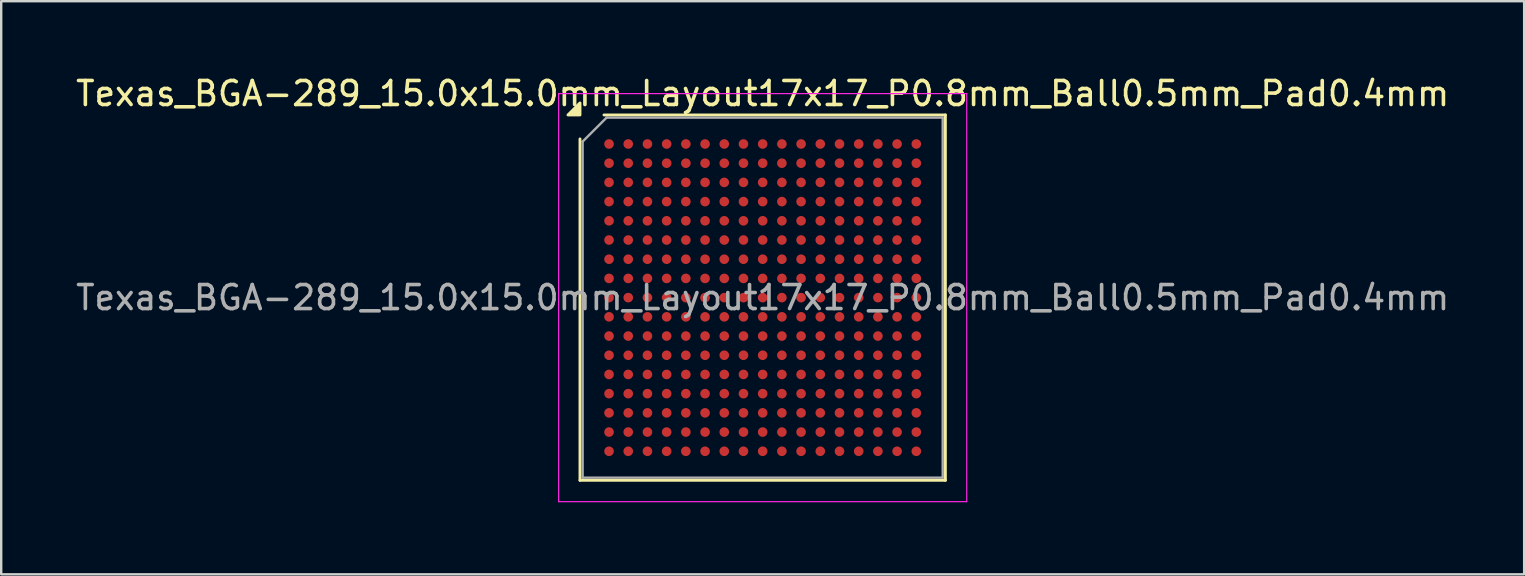
<source format=kicad_pcb>
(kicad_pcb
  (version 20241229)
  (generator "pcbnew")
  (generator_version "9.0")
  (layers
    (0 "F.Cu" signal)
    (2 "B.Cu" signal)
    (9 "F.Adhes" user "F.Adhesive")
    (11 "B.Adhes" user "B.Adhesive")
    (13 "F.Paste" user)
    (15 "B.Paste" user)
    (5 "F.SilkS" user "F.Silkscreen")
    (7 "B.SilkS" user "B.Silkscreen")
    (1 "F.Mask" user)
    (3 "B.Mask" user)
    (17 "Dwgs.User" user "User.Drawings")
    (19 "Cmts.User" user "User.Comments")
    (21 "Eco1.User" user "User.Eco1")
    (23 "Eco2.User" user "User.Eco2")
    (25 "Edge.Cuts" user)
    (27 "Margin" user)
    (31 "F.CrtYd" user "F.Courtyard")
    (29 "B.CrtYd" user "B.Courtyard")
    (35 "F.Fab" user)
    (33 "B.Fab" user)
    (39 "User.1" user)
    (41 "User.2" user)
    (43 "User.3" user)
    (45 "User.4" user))
  (footprint "Texas_BGA-289_15.0x15.0mm_Layout17x17_P0.8mm_Ball0.5mm_Pad0.4mm"
    (layer "F.Cu")
    (at 28.72 9.348)
    (property "Reference" "Texas_BGA-289_15.0x15.0mm_Layout17x17_P0.8mm_Ball0.5mm_Pad0.4mm" (at 0 -8.5 0) (layer "F.SilkS") (effects (font (size 1 1) (thickness 0.15))))
    (attr smd)
    (fp_line (start -7.61 7.61) (end -7.61 -6.61) (stroke (width 0.12) (type solid)) (layer "F.SilkS"))
    (fp_line (start -6.61 -7.61) (end 7.61 -7.61) (stroke (width 0.12) (type solid)) (layer "F.SilkS"))
    (fp_line (start 7.61 -7.61) (end 7.61 7.61) (stroke (width 0.12) (type solid)) (layer "F.SilkS"))
    (fp_line (start 7.61 7.61) (end -7.61 7.61) (stroke (width 0.12) (type solid)) (layer "F.SilkS"))
    (fp_poly (pts (xy -7.61 -7.61) (xy -8.11 -7.61) (xy -7.61 -8.11) (xy -7.61 -7.61)) (stroke (width 0.12) (type solid)) (fill yes) (layer "F.SilkS"))
    (fp_line (start -8.5 -8.5) (end -8.5 8.5) (stroke (width 0.05) (type solid)) (layer "F.CrtYd"))
    (fp_line (start -8.5 8.5) (end 8.5 8.5) (stroke (width 0.05) (type solid)) (layer "F.CrtYd"))
    (fp_line (start 8.5 -8.5) (end -8.5 -8.5) (stroke (width 0.05) (type solid)) (layer "F.CrtYd"))
    (fp_line (start 8.5 8.5) (end 8.5 -8.5) (stroke (width 0.05) (type solid)) (layer "F.CrtYd"))
    (fp_line (start -7.5 -6.5) (end -6.5 -7.5) (stroke (width 0.1) (type solid)) (layer "F.Fab"))
    (fp_line (start -7.5 7.5) (end -7.5 -6.5) (stroke (width 0.1) (type solid)) (layer "F.Fab"))
    (fp_line (start -6.5 -7.5) (end 7.5 -7.5) (stroke (width 0.1) (type solid)) (layer "F.Fab"))
    (fp_line (start 7.5 -7.5) (end 7.5 7.5) (stroke (width 0.1) (type solid)) (layer "F.Fab"))
    (fp_line (start 7.5 7.5) (end -7.5 7.5) (stroke (width 0.1) (type solid)) (layer "F.Fab"))
    (fp_text user "${REFERENCE}" (at 0 0 0) (layer "F.Fab") (effects (font (size 1 1) (thickness 0.15))))
    (pad "A1" smd circle (at -6.4 -6.4) (size 0.4 0.4) (property pad_prop_bga) (layers "F.Cu" "F.Mask" "F.Paste"))
    (pad "A2" smd circle (at -5.6 -6.4) (size 0.4 0.4) (property pad_prop_bga) (layers "F.Cu" "F.Mask" "F.Paste"))
    (pad "A3" smd circle (at -4.8 -6.4) (size 0.4 0.4) (property pad_prop_bga) (layers "F.Cu" "F.Mask" "F.Paste"))
    (pad "A4" smd circle (at -4 -6.4) (size 0.4 0.4) (property pad_prop_bga) (layers "F.Cu" "F.Mask" "F.Paste"))
    (pad "A5" smd circle (at -3.2 -6.4) (size 0.4 0.4) (property pad_prop_bga) (layers "F.Cu" "F.Mask" "F.Paste"))
    (pad "A6" smd circle (at -2.4 -6.4) (size 0.4 0.4) (property pad_prop_bga) (layers "F.Cu" "F.Mask" "F.Paste"))
    (pad "A7" smd circle (at -1.6 -6.4) (size 0.4 0.4) (property pad_prop_bga) (layers "F.Cu" "F.Mask" "F.Paste"))
    (pad "A8" smd circle (at -0.8 -6.4) (size 0.4 0.4) (property pad_prop_bga) (layers "F.Cu" "F.Mask" "F.Paste"))
    (pad "A9" smd circle (at 0 -6.4) (size 0.4 0.4) (property pad_prop_bga) (layers "F.Cu" "F.Mask" "F.Paste"))
    (pad "A10" smd circle (at 0.8 -6.4) (size 0.4 0.4) (property pad_prop_bga) (layers "F.Cu" "F.Mask" "F.Paste"))
    (pad "A11" smd circle (at 1.6 -6.4) (size 0.4 0.4) (property pad_prop_bga) (layers "F.Cu" "F.Mask" "F.Paste"))
    (pad "A12" smd circle (at 2.4 -6.4) (size 0.4 0.4) (property pad_prop_bga) (layers "F.Cu" "F.Mask" "F.Paste"))
    (pad "A13" smd circle (at 3.2 -6.4) (size 0.4 0.4) (property pad_prop_bga) (layers "F.Cu" "F.Mask" "F.Paste"))
    (pad "A14" smd circle (at 4 -6.4) (size 0.4 0.4) (property pad_prop_bga) (layers "F.Cu" "F.Mask" "F.Paste"))
    (pad "A15" smd circle (at 4.8 -6.4) (size 0.4 0.4) (property pad_prop_bga) (layers "F.Cu" "F.Mask" "F.Paste"))
    (pad "A16" smd circle (at 5.6 -6.4) (size 0.4 0.4) (property pad_prop_bga) (layers "F.Cu" "F.Mask" "F.Paste"))
    (pad "A17" smd circle (at 6.4 -6.4) (size 0.4 0.4) (property pad_prop_bga) (layers "F.Cu" "F.Mask" "F.Paste"))
    (pad "B1" smd circle (at -6.4 -5.6) (size 0.4 0.4) (property pad_prop_bga) (layers "F.Cu" "F.Mask" "F.Paste"))
    (pad "B2" smd circle (at -5.6 -5.6) (size 0.4 0.4) (property pad_prop_bga) (layers "F.Cu" "F.Mask" "F.Paste"))
    (pad "B3" smd circle (at -4.8 -5.6) (size 0.4 0.4) (property pad_prop_bga) (layers "F.Cu" "F.Mask" "F.Paste"))
    (pad "B4" smd circle (at -4 -5.6) (size 0.4 0.4) (property pad_prop_bga) (layers "F.Cu" "F.Mask" "F.Paste"))
    (pad "B5" smd circle (at -3.2 -5.6) (size 0.4 0.4) (property pad_prop_bga) (layers "F.Cu" "F.Mask" "F.Paste"))
    (pad "B6" smd circle (at -2.4 -5.6) (size 0.4 0.4) (property pad_prop_bga) (layers "F.Cu" "F.Mask" "F.Paste"))
    (pad "B7" smd circle (at -1.6 -5.6) (size 0.4 0.4) (property pad_prop_bga) (layers "F.Cu" "F.Mask" "F.Paste"))
    (pad "B8" smd circle (at -0.8 -5.6) (size 0.4 0.4) (property pad_prop_bga) (layers "F.Cu" "F.Mask" "F.Paste"))
    (pad "B9" smd circle (at 0 -5.6) (size 0.4 0.4) (property pad_prop_bga) (layers "F.Cu" "F.Mask" "F.Paste"))
    (pad "B10" smd circle (at 0.8 -5.6) (size 0.4 0.4) (property pad_prop_bga) (layers "F.Cu" "F.Mask" "F.Paste"))
    (pad "B11" smd circle (at 1.6 -5.6) (size 0.4 0.4) (property pad_prop_bga) (layers "F.Cu" "F.Mask" "F.Paste"))
    (pad "B12" smd circle (at 2.4 -5.6) (size 0.4 0.4) (property pad_prop_bga) (layers "F.Cu" "F.Mask" "F.Paste"))
    (pad "B13" smd circle (at 3.2 -5.6) (size 0.4 0.4) (property pad_prop_bga) (layers "F.Cu" "F.Mask" "F.Paste"))
    (pad "B14" smd circle (at 4 -5.6) (size 0.4 0.4) (property pad_prop_bga) (layers "F.Cu" "F.Mask" "F.Paste"))
    (pad "B15" smd circle (at 4.8 -5.6) (size 0.4 0.4) (property pad_prop_bga) (layers "F.Cu" "F.Mask" "F.Paste"))
    (pad "B16" smd circle (at 5.6 -5.6) (size 0.4 0.4) (property pad_prop_bga) (layers "F.Cu" "F.Mask" "F.Paste"))
    (pad "B17" smd circle (at 6.4 -5.6) (size 0.4 0.4) (property pad_prop_bga) (layers "F.Cu" "F.Mask" "F.Paste"))
    (pad "C1" smd circle (at -6.4 -4.8) (size 0.4 0.4) (property pad_prop_bga) (layers "F.Cu" "F.Mask" "F.Paste"))
    (pad "C2" smd circle (at -5.6 -4.8) (size 0.4 0.4) (property pad_prop_bga) (layers "F.Cu" "F.Mask" "F.Paste"))
    (pad "C3" smd circle (at -4.8 -4.8) (size 0.4 0.4) (property pad_prop_bga) (layers "F.Cu" "F.Mask" "F.Paste"))
    (pad "C4" smd circle (at -4 -4.8) (size 0.4 0.4) (property pad_prop_bga) (layers "F.Cu" "F.Mask" "F.Paste"))
    (pad "C5" smd circle (at -3.2 -4.8) (size 0.4 0.4) (property pad_prop_bga) (layers "F.Cu" "F.Mask" "F.Paste"))
    (pad "C6" smd circle (at -2.4 -4.8) (size 0.4 0.4) (property pad_prop_bga) (layers "F.Cu" "F.Mask" "F.Paste"))
    (pad "C7" smd circle (at -1.6 -4.8) (size 0.4 0.4) (property pad_prop_bga) (layers "F.Cu" "F.Mask" "F.Paste"))
    (pad "C8" smd circle (at -0.8 -4.8) (size 0.4 0.4) (property pad_prop_bga) (layers "F.Cu" "F.Mask" "F.Paste"))
    (pad "C9" smd circle (at 0 -4.8) (size 0.4 0.4) (property pad_prop_bga) (layers "F.Cu" "F.Mask" "F.Paste"))
    (pad "C10" smd circle (at 0.8 -4.8) (size 0.4 0.4) (property pad_prop_bga) (layers "F.Cu" "F.Mask" "F.Paste"))
    (pad "C11" smd circle (at 1.6 -4.8) (size 0.4 0.4) (property pad_prop_bga) (layers "F.Cu" "F.Mask" "F.Paste"))
    (pad "C12" smd circle (at 2.4 -4.8) (size 0.4 0.4) (property pad_prop_bga) (layers "F.Cu" "F.Mask" "F.Paste"))
    (pad "C13" smd circle (at 3.2 -4.8) (size 0.4 0.4) (property pad_prop_bga) (layers "F.Cu" "F.Mask" "F.Paste"))
    (pad "C14" smd circle (at 4 -4.8) (size 0.4 0.4) (property pad_prop_bga) (layers "F.Cu" "F.Mask" "F.Paste"))
    (pad "C15" smd circle (at 4.8 -4.8) (size 0.4 0.4) (property pad_prop_bga) (layers "F.Cu" "F.Mask" "F.Paste"))
    (pad "C16" smd circle (at 5.6 -4.8) (size 0.4 0.4) (property pad_prop_bga) (layers "F.Cu" "F.Mask" "F.Paste"))
    (pad "C17" smd circle (at 6.4 -4.8) (size 0.4 0.4) (property pad_prop_bga) (layers "F.Cu" "F.Mask" "F.Paste"))
    (pad "D1" smd circle (at -6.4 -4) (size 0.4 0.4) (property pad_prop_bga) (layers "F.Cu" "F.Mask" "F.Paste"))
    (pad "D2" smd circle (at -5.6 -4) (size 0.4 0.4) (property pad_prop_bga) (layers "F.Cu" "F.Mask" "F.Paste"))
    (pad "D3" smd circle (at -4.8 -4) (size 0.4 0.4) (property pad_prop_bga) (layers "F.Cu" "F.Mask" "F.Paste"))
    (pad "D4" smd circle (at -4 -4) (size 0.4 0.4) (property pad_prop_bga) (layers "F.Cu" "F.Mask" "F.Paste"))
    (pad "D5" smd circle (at -3.2 -4) (size 0.4 0.4) (property pad_prop_bga) (layers "F.Cu" "F.Mask" "F.Paste"))
    (pad "D6" smd circle (at -2.4 -4) (size 0.4 0.4) (property pad_prop_bga) (layers "F.Cu" "F.Mask" "F.Paste"))
    (pad "D7" smd circle (at -1.6 -4) (size 0.4 0.4) (property pad_prop_bga) (layers "F.Cu" "F.Mask" "F.Paste"))
    (pad "D8" smd circle (at -0.8 -4) (size 0.4 0.4) (property pad_prop_bga) (layers "F.Cu" "F.Mask" "F.Paste"))
    (pad "D9" smd circle (at 0 -4) (size 0.4 0.4) (property pad_prop_bga) (layers "F.Cu" "F.Mask" "F.Paste"))
    (pad "D10" smd circle (at 0.8 -4) (size 0.4 0.4) (property pad_prop_bga) (layers "F.Cu" "F.Mask" "F.Paste"))
    (pad "D11" smd circle (at 1.6 -4) (size 0.4 0.4) (property pad_prop_bga) (layers "F.Cu" "F.Mask" "F.Paste"))
    (pad "D12" smd circle (at 2.4 -4) (size 0.4 0.4) (property pad_prop_bga) (layers "F.Cu" "F.Mask" "F.Paste"))
    (pad "D13" smd circle (at 3.2 -4) (size 0.4 0.4) (property pad_prop_bga) (layers "F.Cu" "F.Mask" "F.Paste"))
    (pad "D14" smd circle (at 4 -4) (size 0.4 0.4) (property pad_prop_bga) (layers "F.Cu" "F.Mask" "F.Paste"))
    (pad "D15" smd circle (at 4.8 -4) (size 0.4 0.4) (property pad_prop_bga) (layers "F.Cu" "F.Mask" "F.Paste"))
    (pad "D16" smd circle (at 5.6 -4) (size 0.4 0.4) (property pad_prop_bga) (layers "F.Cu" "F.Mask" "F.Paste"))
    (pad "D17" smd circle (at 6.4 -4) (size 0.4 0.4) (property pad_prop_bga) (layers "F.Cu" "F.Mask" "F.Paste"))
    (pad "E1" smd circle (at -6.4 -3.2) (size 0.4 0.4) (property pad_prop_bga) (layers "F.Cu" "F.Mask" "F.Paste"))
    (pad "E2" smd circle (at -5.6 -3.2) (size 0.4 0.4) (property pad_prop_bga) (layers "F.Cu" "F.Mask" "F.Paste"))
    (pad "E3" smd circle (at -4.8 -3.2) (size 0.4 0.4) (property pad_prop_bga) (layers "F.Cu" "F.Mask" "F.Paste"))
    (pad "E4" smd circle (at -4 -3.2) (size 0.4 0.4) (property pad_prop_bga) (layers "F.Cu" "F.Mask" "F.Paste"))
    (pad "E5" smd circle (at -3.2 -3.2) (size 0.4 0.4) (property pad_prop_bga) (layers "F.Cu" "F.Mask" "F.Paste"))
    (pad "E6" smd circle (at -2.4 -3.2) (size 0.4 0.4) (property pad_prop_bga) (layers "F.Cu" "F.Mask" "F.Paste"))
    (pad "E7" smd circle (at -1.6 -3.2) (size 0.4 0.4) (property pad_prop_bga) (layers "F.Cu" "F.Mask" "F.Paste"))
    (pad "E8" smd circle (at -0.8 -3.2) (size 0.4 0.4) (property pad_prop_bga) (layers "F.Cu" "F.Mask" "F.Paste"))
    (pad "E9" smd circle (at 0 -3.2) (size 0.4 0.4) (property pad_prop_bga) (layers "F.Cu" "F.Mask" "F.Paste"))
    (pad "E10" smd circle (at 0.8 -3.2) (size 0.4 0.4) (property pad_prop_bga) (layers "F.Cu" "F.Mask" "F.Paste"))
    (pad "E11" smd circle (at 1.6 -3.2) (size 0.4 0.4) (property pad_prop_bga) (layers "F.Cu" "F.Mask" "F.Paste"))
    (pad "E12" smd circle (at 2.4 -3.2) (size 0.4 0.4) (property pad_prop_bga) (layers "F.Cu" "F.Mask" "F.Paste"))
    (pad "E13" smd circle (at 3.2 -3.2) (size 0.4 0.4) (property pad_prop_bga) (layers "F.Cu" "F.Mask" "F.Paste"))
    (pad "E14" smd circle (at 4 -3.2) (size 0.4 0.4) (property pad_prop_bga) (layers "F.Cu" "F.Mask" "F.Paste"))
    (pad "E15" smd circle (at 4.8 -3.2) (size 0.4 0.4) (property pad_prop_bga) (layers "F.Cu" "F.Mask" "F.Paste"))
    (pad "E16" smd circle (at 5.6 -3.2) (size 0.4 0.4) (property pad_prop_bga) (layers "F.Cu" "F.Mask" "F.Paste"))
    (pad "E17" smd circle (at 6.4 -3.2) (size 0.4 0.4) (property pad_prop_bga) (layers "F.Cu" "F.Mask" "F.Paste"))
    (pad "F1" smd circle (at -6.4 -2.4) (size 0.4 0.4) (property pad_prop_bga) (layers "F.Cu" "F.Mask" "F.Paste"))
    (pad "F2" smd circle (at -5.6 -2.4) (size 0.4 0.4) (property pad_prop_bga) (layers "F.Cu" "F.Mask" "F.Paste"))
    (pad "F3" smd circle (at -4.8 -2.4) (size 0.4 0.4) (property pad_prop_bga) (layers "F.Cu" "F.Mask" "F.Paste"))
    (pad "F4" smd circle (at -4 -2.4) (size 0.4 0.4) (property pad_prop_bga) (layers "F.Cu" "F.Mask" "F.Paste"))
    (pad "F5" smd circle (at -3.2 -2.4) (size 0.4 0.4) (property pad_prop_bga) (layers "F.Cu" "F.Mask" "F.Paste"))
    (pad "F6" smd circle (at -2.4 -2.4) (size 0.4 0.4) (property pad_prop_bga) (layers "F.Cu" "F.Mask" "F.Paste"))
    (pad "F7" smd circle (at -1.6 -2.4) (size 0.4 0.4) (property pad_prop_bga) (layers "F.Cu" "F.Mask" "F.Paste"))
    (pad "F8" smd circle (at -0.8 -2.4) (size 0.4 0.4) (property pad_prop_bga) (layers "F.Cu" "F.Mask" "F.Paste"))
    (pad "F9" smd circle (at 0 -2.4) (size 0.4 0.4) (property pad_prop_bga) (layers "F.Cu" "F.Mask" "F.Paste"))
    (pad "F10" smd circle (at 0.8 -2.4) (size 0.4 0.4) (property pad_prop_bga) (layers "F.Cu" "F.Mask" "F.Paste"))
    (pad "F11" smd circle (at 1.6 -2.4) (size 0.4 0.4) (property pad_prop_bga) (layers "F.Cu" "F.Mask" "F.Paste"))
    (pad "F12" smd circle (at 2.4 -2.4) (size 0.4 0.4) (property pad_prop_bga) (layers "F.Cu" "F.Mask" "F.Paste"))
    (pad "F13" smd circle (at 3.2 -2.4) (size 0.4 0.4) (property pad_prop_bga) (layers "F.Cu" "F.Mask" "F.Paste"))
    (pad "F14" smd circle (at 4 -2.4) (size 0.4 0.4) (property pad_prop_bga) (layers "F.Cu" "F.Mask" "F.Paste"))
    (pad "F15" smd circle (at 4.8 -2.4) (size 0.4 0.4) (property pad_prop_bga) (layers "F.Cu" "F.Mask" "F.Paste"))
    (pad "F16" smd circle (at 5.6 -2.4) (size 0.4 0.4) (property pad_prop_bga) (layers "F.Cu" "F.Mask" "F.Paste"))
    (pad "F17" smd circle (at 6.4 -2.4) (size 0.4 0.4) (property pad_prop_bga) (layers "F.Cu" "F.Mask" "F.Paste"))
    (pad "G1" smd circle (at -6.4 -1.6) (size 0.4 0.4) (property pad_prop_bga) (layers "F.Cu" "F.Mask" "F.Paste"))
    (pad "G2" smd circle (at -5.6 -1.6) (size 0.4 0.4) (property pad_prop_bga) (layers "F.Cu" "F.Mask" "F.Paste"))
    (pad "G3" smd circle (at -4.8 -1.6) (size 0.4 0.4) (property pad_prop_bga) (layers "F.Cu" "F.Mask" "F.Paste"))
    (pad "G4" smd circle (at -4 -1.6) (size 0.4 0.4) (property pad_prop_bga) (layers "F.Cu" "F.Mask" "F.Paste"))
    (pad "G5" smd circle (at -3.2 -1.6) (size 0.4 0.4) (property pad_prop_bga) (layers "F.Cu" "F.Mask" "F.Paste"))
    (pad "G6" smd circle (at -2.4 -1.6) (size 0.4 0.4) (property pad_prop_bga) (layers "F.Cu" "F.Mask" "F.Paste"))
    (pad "G7" smd circle (at -1.6 -1.6) (size 0.4 0.4) (property pad_prop_bga) (layers "F.Cu" "F.Mask" "F.Paste"))
    (pad "G8" smd circle (at -0.8 -1.6) (size 0.4 0.4) (property pad_prop_bga) (layers "F.Cu" "F.Mask" "F.Paste"))
    (pad "G9" smd circle (at 0 -1.6) (size 0.4 0.4) (property pad_prop_bga) (layers "F.Cu" "F.Mask" "F.Paste"))
    (pad "G10" smd circle (at 0.8 -1.6) (size 0.4 0.4) (property pad_prop_bga) (layers "F.Cu" "F.Mask" "F.Paste"))
    (pad "G11" smd circle (at 1.6 -1.6) (size 0.4 0.4) (property pad_prop_bga) (layers "F.Cu" "F.Mask" "F.Paste"))
    (pad "G12" smd circle (at 2.4 -1.6) (size 0.4 0.4) (property pad_prop_bga) (layers "F.Cu" "F.Mask" "F.Paste"))
    (pad "G13" smd circle (at 3.2 -1.6) (size 0.4 0.4) (property pad_prop_bga) (layers "F.Cu" "F.Mask" "F.Paste"))
    (pad "G14" smd circle (at 4 -1.6) (size 0.4 0.4) (property pad_prop_bga) (layers "F.Cu" "F.Mask" "F.Paste"))
    (pad "G15" smd circle (at 4.8 -1.6) (size 0.4 0.4) (property pad_prop_bga) (layers "F.Cu" "F.Mask" "F.Paste"))
    (pad "G16" smd circle (at 5.6 -1.6) (size 0.4 0.4) (property pad_prop_bga) (layers "F.Cu" "F.Mask" "F.Paste"))
    (pad "G17" smd circle (at 6.4 -1.6) (size 0.4 0.4) (property pad_prop_bga) (layers "F.Cu" "F.Mask" "F.Paste"))
    (pad "H1" smd circle (at -6.4 -0.8) (size 0.4 0.4) (property pad_prop_bga) (layers "F.Cu" "F.Mask" "F.Paste"))
    (pad "H2" smd circle (at -5.6 -0.8) (size 0.4 0.4) (property pad_prop_bga) (layers "F.Cu" "F.Mask" "F.Paste"))
    (pad "H3" smd circle (at -4.8 -0.8) (size 0.4 0.4) (property pad_prop_bga) (layers "F.Cu" "F.Mask" "F.Paste"))
    (pad "H4" smd circle (at -4 -0.8) (size 0.4 0.4) (property pad_prop_bga) (layers "F.Cu" "F.Mask" "F.Paste"))
    (pad "H5" smd circle (at -3.2 -0.8) (size 0.4 0.4) (property pad_prop_bga) (layers "F.Cu" "F.Mask" "F.Paste"))
    (pad "H6" smd circle (at -2.4 -0.8) (size 0.4 0.4) (property pad_prop_bga) (layers "F.Cu" "F.Mask" "F.Paste"))
    (pad "H7" smd circle (at -1.6 -0.8) (size 0.4 0.4) (property pad_prop_bga) (layers "F.Cu" "F.Mask" "F.Paste"))
    (pad "H8" smd circle (at -0.8 -0.8) (size 0.4 0.4) (property pad_prop_bga) (layers "F.Cu" "F.Mask" "F.Paste"))
    (pad "H9" smd circle (at 0 -0.8) (size 0.4 0.4) (property pad_prop_bga) (layers "F.Cu" "F.Mask" "F.Paste"))
    (pad "H10" smd circle (at 0.8 -0.8) (size 0.4 0.4) (property pad_prop_bga) (layers "F.Cu" "F.Mask" "F.Paste"))
    (pad "H11" smd circle (at 1.6 -0.8) (size 0.4 0.4) (property pad_prop_bga) (layers "F.Cu" "F.Mask" "F.Paste"))
    (pad "H12" smd circle (at 2.4 -0.8) (size 0.4 0.4) (property pad_prop_bga) (layers "F.Cu" "F.Mask" "F.Paste"))
    (pad "H13" smd circle (at 3.2 -0.8) (size 0.4 0.4) (property pad_prop_bga) (layers "F.Cu" "F.Mask" "F.Paste"))
    (pad "H14" smd circle (at 4 -0.8) (size 0.4 0.4) (property pad_prop_bga) (layers "F.Cu" "F.Mask" "F.Paste"))
    (pad "H15" smd circle (at 4.8 -0.8) (size 0.4 0.4) (property pad_prop_bga) (layers "F.Cu" "F.Mask" "F.Paste"))
    (pad "H16" smd circle (at 5.6 -0.8) (size 0.4 0.4) (property pad_prop_bga) (layers "F.Cu" "F.Mask" "F.Paste"))
    (pad "H17" smd circle (at 6.4 -0.8) (size 0.4 0.4) (property pad_prop_bga) (layers "F.Cu" "F.Mask" "F.Paste"))
    (pad "J1" smd circle (at -6.4 0) (size 0.4 0.4) (property pad_prop_bga) (layers "F.Cu" "F.Mask" "F.Paste"))
    (pad "J2" smd circle (at -5.6 0) (size 0.4 0.4) (property pad_prop_bga) (layers "F.Cu" "F.Mask" "F.Paste"))
    (pad "J3" smd circle (at -4.8 0) (size 0.4 0.4) (property pad_prop_bga) (layers "F.Cu" "F.Mask" "F.Paste"))
    (pad "J4" smd circle (at -4 0) (size 0.4 0.4) (property pad_prop_bga) (layers "F.Cu" "F.Mask" "F.Paste"))
    (pad "J5" smd circle (at -3.2 0) (size 0.4 0.4) (property pad_prop_bga) (layers "F.Cu" "F.Mask" "F.Paste"))
    (pad "J6" smd circle (at -2.4 0) (size 0.4 0.4) (property pad_prop_bga) (layers "F.Cu" "F.Mask" "F.Paste"))
    (pad "J7" smd circle (at -1.6 0) (size 0.4 0.4) (property pad_prop_bga) (layers "F.Cu" "F.Mask" "F.Paste"))
    (pad "J8" smd circle (at -0.8 0) (size 0.4 0.4) (property pad_prop_bga) (layers "F.Cu" "F.Mask" "F.Paste"))
    (pad "J9" smd circle (at 0 0) (size 0.4 0.4) (property pad_prop_bga) (layers "F.Cu" "F.Mask" "F.Paste"))
    (pad "J10" smd circle (at 0.8 0) (size 0.4 0.4) (property pad_prop_bga) (layers "F.Cu" "F.Mask" "F.Paste"))
    (pad "J11" smd circle (at 1.6 0) (size 0.4 0.4) (property pad_prop_bga) (layers "F.Cu" "F.Mask" "F.Paste"))
    (pad "J12" smd circle (at 2.4 0) (size 0.4 0.4) (property pad_prop_bga) (layers "F.Cu" "F.Mask" "F.Paste"))
    (pad "J13" smd circle (at 3.2 0) (size 0.4 0.4) (property pad_prop_bga) (layers "F.Cu" "F.Mask" "F.Paste"))
    (pad "J14" smd circle (at 4 0) (size 0.4 0.4) (property pad_prop_bga) (layers "F.Cu" "F.Mask" "F.Paste"))
    (pad "J15" smd circle (at 4.8 0) (size 0.4 0.4) (property pad_prop_bga) (layers "F.Cu" "F.Mask" "F.Paste"))
    (pad "J16" smd circle (at 5.6 0) (size 0.4 0.4) (property pad_prop_bga) (layers "F.Cu" "F.Mask" "F.Paste"))
    (pad "J17" smd circle (at 6.4 0) (size 0.4 0.4) (property pad_prop_bga) (layers "F.Cu" "F.Mask" "F.Paste"))
    (pad "K1" smd circle (at -6.4 0.8) (size 0.4 0.4) (property pad_prop_bga) (layers "F.Cu" "F.Mask" "F.Paste"))
    (pad "K2" smd circle (at -5.6 0.8) (size 0.4 0.4) (property pad_prop_bga) (layers "F.Cu" "F.Mask" "F.Paste"))
    (pad "K3" smd circle (at -4.8 0.8) (size 0.4 0.4) (property pad_prop_bga) (layers "F.Cu" "F.Mask" "F.Paste"))
    (pad "K4" smd circle (at -4 0.8) (size 0.4 0.4) (property pad_prop_bga) (layers "F.Cu" "F.Mask" "F.Paste"))
    (pad "K5" smd circle (at -3.2 0.8) (size 0.4 0.4) (property pad_prop_bga) (layers "F.Cu" "F.Mask" "F.Paste"))
    (pad "K6" smd circle (at -2.4 0.8) (size 0.4 0.4) (property pad_prop_bga) (layers "F.Cu" "F.Mask" "F.Paste"))
    (pad "K7" smd circle (at -1.6 0.8) (size 0.4 0.4) (property pad_prop_bga) (layers "F.Cu" "F.Mask" "F.Paste"))
    (pad "K8" smd circle (at -0.8 0.8) (size 0.4 0.4) (property pad_prop_bga) (layers "F.Cu" "F.Mask" "F.Paste"))
    (pad "K9" smd circle (at 0 0.8) (size 0.4 0.4) (property pad_prop_bga) (layers "F.Cu" "F.Mask" "F.Paste"))
    (pad "K10" smd circle (at 0.8 0.8) (size 0.4 0.4) (property pad_prop_bga) (layers "F.Cu" "F.Mask" "F.Paste"))
    (pad "K11" smd circle (at 1.6 0.8) (size 0.4 0.4) (property pad_prop_bga) (layers "F.Cu" "F.Mask" "F.Paste"))
    (pad "K12" smd circle (at 2.4 0.8) (size 0.4 0.4) (property pad_prop_bga) (layers "F.Cu" "F.Mask" "F.Paste"))
    (pad "K13" smd circle (at 3.2 0.8) (size 0.4 0.4) (property pad_prop_bga) (layers "F.Cu" "F.Mask" "F.Paste"))
    (pad "K14" smd circle (at 4 0.8) (size 0.4 0.4) (property pad_prop_bga) (layers "F.Cu" "F.Mask" "F.Paste"))
    (pad "K15" smd circle (at 4.8 0.8) (size 0.4 0.4) (property pad_prop_bga) (layers "F.Cu" "F.Mask" "F.Paste"))
    (pad "K16" smd circle (at 5.6 0.8) (size 0.4 0.4) (property pad_prop_bga) (layers "F.Cu" "F.Mask" "F.Paste"))
    (pad "K17" smd circle (at 6.4 0.8) (size 0.4 0.4) (property pad_prop_bga) (layers "F.Cu" "F.Mask" "F.Paste"))
    (pad "L1" smd circle (at -6.4 1.6) (size 0.4 0.4) (property pad_prop_bga) (layers "F.Cu" "F.Mask" "F.Paste"))
    (pad "L2" smd circle (at -5.6 1.6) (size 0.4 0.4) (property pad_prop_bga) (layers "F.Cu" "F.Mask" "F.Paste"))
    (pad "L3" smd circle (at -4.8 1.6) (size 0.4 0.4) (property pad_prop_bga) (layers "F.Cu" "F.Mask" "F.Paste"))
    (pad "L4" smd circle (at -4 1.6) (size 0.4 0.4) (property pad_prop_bga) (layers "F.Cu" "F.Mask" "F.Paste"))
    (pad "L5" smd circle (at -3.2 1.6) (size 0.4 0.4) (property pad_prop_bga) (layers "F.Cu" "F.Mask" "F.Paste"))
    (pad "L6" smd circle (at -2.4 1.6) (size 0.4 0.4) (property pad_prop_bga) (layers "F.Cu" "F.Mask" "F.Paste"))
    (pad "L7" smd circle (at -1.6 1.6) (size 0.4 0.4) (property pad_prop_bga) (layers "F.Cu" "F.Mask" "F.Paste"))
    (pad "L8" smd circle (at -0.8 1.6) (size 0.4 0.4) (property pad_prop_bga) (layers "F.Cu" "F.Mask" "F.Paste"))
    (pad "L9" smd circle (at 0 1.6) (size 0.4 0.4) (property pad_prop_bga) (layers "F.Cu" "F.Mask" "F.Paste"))
    (pad "L10" smd circle (at 0.8 1.6) (size 0.4 0.4) (property pad_prop_bga) (layers "F.Cu" "F.Mask" "F.Paste"))
    (pad "L11" smd circle (at 1.6 1.6) (size 0.4 0.4) (property pad_prop_bga) (layers "F.Cu" "F.Mask" "F.Paste"))
    (pad "L12" smd circle (at 2.4 1.6) (size 0.4 0.4) (property pad_prop_bga) (layers "F.Cu" "F.Mask" "F.Paste"))
    (pad "L13" smd circle (at 3.2 1.6) (size 0.4 0.4) (property pad_prop_bga) (layers "F.Cu" "F.Mask" "F.Paste"))
    (pad "L14" smd circle (at 4 1.6) (size 0.4 0.4) (property pad_prop_bga) (layers "F.Cu" "F.Mask" "F.Paste"))
    (pad "L15" smd circle (at 4.8 1.6) (size 0.4 0.4) (property pad_prop_bga) (layers "F.Cu" "F.Mask" "F.Paste"))
    (pad "L16" smd circle (at 5.6 1.6) (size 0.4 0.4) (property pad_prop_bga) (layers "F.Cu" "F.Mask" "F.Paste"))
    (pad "L17" smd circle (at 6.4 1.6) (size 0.4 0.4) (property pad_prop_bga) (layers "F.Cu" "F.Mask" "F.Paste"))
    (pad "M1" smd circle (at -6.4 2.4) (size 0.4 0.4) (property pad_prop_bga) (layers "F.Cu" "F.Mask" "F.Paste"))
    (pad "M2" smd circle (at -5.6 2.4) (size 0.4 0.4) (property pad_prop_bga) (layers "F.Cu" "F.Mask" "F.Paste"))
    (pad "M3" smd circle (at -4.8 2.4) (size 0.4 0.4) (property pad_prop_bga) (layers "F.Cu" "F.Mask" "F.Paste"))
    (pad "M4" smd circle (at -4 2.4) (size 0.4 0.4) (property pad_prop_bga) (layers "F.Cu" "F.Mask" "F.Paste"))
    (pad "M5" smd circle (at -3.2 2.4) (size 0.4 0.4) (property pad_prop_bga) (layers "F.Cu" "F.Mask" "F.Paste"))
    (pad "M6" smd circle (at -2.4 2.4) (size 0.4 0.4) (property pad_prop_bga) (layers "F.Cu" "F.Mask" "F.Paste"))
    (pad "M7" smd circle (at -1.6 2.4) (size 0.4 0.4) (property pad_prop_bga) (layers "F.Cu" "F.Mask" "F.Paste"))
    (pad "M8" smd circle (at -0.8 2.4) (size 0.4 0.4) (property pad_prop_bga) (layers "F.Cu" "F.Mask" "F.Paste"))
    (pad "M9" smd circle (at 0 2.4) (size 0.4 0.4) (property pad_prop_bga) (layers "F.Cu" "F.Mask" "F.Paste"))
    (pad "M10" smd circle (at 0.8 2.4) (size 0.4 0.4) (property pad_prop_bga) (layers "F.Cu" "F.Mask" "F.Paste"))
    (pad "M11" smd circle (at 1.6 2.4) (size 0.4 0.4) (property pad_prop_bga) (layers "F.Cu" "F.Mask" "F.Paste"))
    (pad "M12" smd circle (at 2.4 2.4) (size 0.4 0.4) (property pad_prop_bga) (layers "F.Cu" "F.Mask" "F.Paste"))
    (pad "M13" smd circle (at 3.2 2.4) (size 0.4 0.4) (property pad_prop_bga) (layers "F.Cu" "F.Mask" "F.Paste"))
    (pad "M14" smd circle (at 4 2.4) (size 0.4 0.4) (property pad_prop_bga) (layers "F.Cu" "F.Mask" "F.Paste"))
    (pad "M15" smd circle (at 4.8 2.4) (size 0.4 0.4) (property pad_prop_bga) (layers "F.Cu" "F.Mask" "F.Paste"))
    (pad "M16" smd circle (at 5.6 2.4) (size 0.4 0.4) (property pad_prop_bga) (layers "F.Cu" "F.Mask" "F.Paste"))
    (pad "M17" smd circle (at 6.4 2.4) (size 0.4 0.4) (property pad_prop_bga) (layers "F.Cu" "F.Mask" "F.Paste"))
    (pad "N1" smd circle (at -6.4 3.2) (size 0.4 0.4) (property pad_prop_bga) (layers "F.Cu" "F.Mask" "F.Paste"))
    (pad "N2" smd circle (at -5.6 3.2) (size 0.4 0.4) (property pad_prop_bga) (layers "F.Cu" "F.Mask" "F.Paste"))
    (pad "N3" smd circle (at -4.8 3.2) (size 0.4 0.4) (property pad_prop_bga) (layers "F.Cu" "F.Mask" "F.Paste"))
    (pad "N4" smd circle (at -4 3.2) (size 0.4 0.4) (property pad_prop_bga) (layers "F.Cu" "F.Mask" "F.Paste"))
    (pad "N5" smd circle (at -3.2 3.2) (size 0.4 0.4) (property pad_prop_bga) (layers "F.Cu" "F.Mask" "F.Paste"))
    (pad "N6" smd circle (at -2.4 3.2) (size 0.4 0.4) (property pad_prop_bga) (layers "F.Cu" "F.Mask" "F.Paste"))
    (pad "N7" smd circle (at -1.6 3.2) (size 0.4 0.4) (property pad_prop_bga) (layers "F.Cu" "F.Mask" "F.Paste"))
    (pad "N8" smd circle (at -0.8 3.2) (size 0.4 0.4) (property pad_prop_bga) (layers "F.Cu" "F.Mask" "F.Paste"))
    (pad "N9" smd circle (at 0 3.2) (size 0.4 0.4) (property pad_prop_bga) (layers "F.Cu" "F.Mask" "F.Paste"))
    (pad "N10" smd circle (at 0.8 3.2) (size 0.4 0.4) (property pad_prop_bga) (layers "F.Cu" "F.Mask" "F.Paste"))
    (pad "N11" smd circle (at 1.6 3.2) (size 0.4 0.4) (property pad_prop_bga) (layers "F.Cu" "F.Mask" "F.Paste"))
    (pad "N12" smd circle (at 2.4 3.2) (size 0.4 0.4) (property pad_prop_bga) (layers "F.Cu" "F.Mask" "F.Paste"))
    (pad "N13" smd circle (at 3.2 3.2) (size 0.4 0.4) (property pad_prop_bga) (layers "F.Cu" "F.Mask" "F.Paste"))
    (pad "N14" smd circle (at 4 3.2) (size 0.4 0.4) (property pad_prop_bga) (layers "F.Cu" "F.Mask" "F.Paste"))
    (pad "N15" smd circle (at 4.8 3.2) (size 0.4 0.4) (property pad_prop_bga) (layers "F.Cu" "F.Mask" "F.Paste"))
    (pad "N16" smd circle (at 5.6 3.2) (size 0.4 0.4) (property pad_prop_bga) (layers "F.Cu" "F.Mask" "F.Paste"))
    (pad "N17" smd circle (at 6.4 3.2) (size 0.4 0.4) (property pad_prop_bga) (layers "F.Cu" "F.Mask" "F.Paste"))
    (pad "P1" smd circle (at -6.4 4) (size 0.4 0.4) (property pad_prop_bga) (layers "F.Cu" "F.Mask" "F.Paste"))
    (pad "P2" smd circle (at -5.6 4) (size 0.4 0.4) (property pad_prop_bga) (layers "F.Cu" "F.Mask" "F.Paste"))
    (pad "P3" smd circle (at -4.8 4) (size 0.4 0.4) (property pad_prop_bga) (layers "F.Cu" "F.Mask" "F.Paste"))
    (pad "P4" smd circle (at -4 4) (size 0.4 0.4) (property pad_prop_bga) (layers "F.Cu" "F.Mask" "F.Paste"))
    (pad "P5" smd circle (at -3.2 4) (size 0.4 0.4) (property pad_prop_bga) (layers "F.Cu" "F.Mask" "F.Paste"))
    (pad "P6" smd circle (at -2.4 4) (size 0.4 0.4) (property pad_prop_bga) (layers "F.Cu" "F.Mask" "F.Paste"))
    (pad "P7" smd circle (at -1.6 4) (size 0.4 0.4) (property pad_prop_bga) (layers "F.Cu" "F.Mask" "F.Paste"))
    (pad "P8" smd circle (at -0.8 4) (size 0.4 0.4) (property pad_prop_bga) (layers "F.Cu" "F.Mask" "F.Paste"))
    (pad "P9" smd circle (at 0 4) (size 0.4 0.4) (property pad_prop_bga) (layers "F.Cu" "F.Mask" "F.Paste"))
    (pad "P10" smd circle (at 0.8 4) (size 0.4 0.4) (property pad_prop_bga) (layers "F.Cu" "F.Mask" "F.Paste"))
    (pad "P11" smd circle (at 1.6 4) (size 0.4 0.4) (property pad_prop_bga) (layers "F.Cu" "F.Mask" "F.Paste"))
    (pad "P12" smd circle (at 2.4 4) (size 0.4 0.4) (property pad_prop_bga) (layers "F.Cu" "F.Mask" "F.Paste"))
    (pad "P13" smd circle (at 3.2 4) (size 0.4 0.4) (property pad_prop_bga) (layers "F.Cu" "F.Mask" "F.Paste"))
    (pad "P14" smd circle (at 4 4) (size 0.4 0.4) (property pad_prop_bga) (layers "F.Cu" "F.Mask" "F.Paste"))
    (pad "P15" smd circle (at 4.8 4) (size 0.4 0.4) (property pad_prop_bga) (layers "F.Cu" "F.Mask" "F.Paste"))
    (pad "P16" smd circle (at 5.6 4) (size 0.4 0.4) (property pad_prop_bga) (layers "F.Cu" "F.Mask" "F.Paste"))
    (pad "P17" smd circle (at 6.4 4) (size 0.4 0.4) (property pad_prop_bga) (layers "F.Cu" "F.Mask" "F.Paste"))
    (pad "R1" smd circle (at -6.4 4.8) (size 0.4 0.4) (property pad_prop_bga) (layers "F.Cu" "F.Mask" "F.Paste"))
    (pad "R2" smd circle (at -5.6 4.8) (size 0.4 0.4) (property pad_prop_bga) (layers "F.Cu" "F.Mask" "F.Paste"))
    (pad "R3" smd circle (at -4.8 4.8) (size 0.4 0.4) (property pad_prop_bga) (layers "F.Cu" "F.Mask" "F.Paste"))
    (pad "R4" smd circle (at -4 4.8) (size 0.4 0.4) (property pad_prop_bga) (layers "F.Cu" "F.Mask" "F.Paste"))
    (pad "R5" smd circle (at -3.2 4.8) (size 0.4 0.4) (property pad_prop_bga) (layers "F.Cu" "F.Mask" "F.Paste"))
    (pad "R6" smd circle (at -2.4 4.8) (size 0.4 0.4) (property pad_prop_bga) (layers "F.Cu" "F.Mask" "F.Paste"))
    (pad "R7" smd circle (at -1.6 4.8) (size 0.4 0.4) (property pad_prop_bga) (layers "F.Cu" "F.Mask" "F.Paste"))
    (pad "R8" smd circle (at -0.8 4.8) (size 0.4 0.4) (property pad_prop_bga) (layers "F.Cu" "F.Mask" "F.Paste"))
    (pad "R9" smd circle (at 0 4.8) (size 0.4 0.4) (property pad_prop_bga) (layers "F.Cu" "F.Mask" "F.Paste"))
    (pad "R10" smd circle (at 0.8 4.8) (size 0.4 0.4) (property pad_prop_bga) (layers "F.Cu" "F.Mask" "F.Paste"))
    (pad "R11" smd circle (at 1.6 4.8) (size 0.4 0.4) (property pad_prop_bga) (layers "F.Cu" "F.Mask" "F.Paste"))
    (pad "R12" smd circle (at 2.4 4.8) (size 0.4 0.4) (property pad_prop_bga) (layers "F.Cu" "F.Mask" "F.Paste"))
    (pad "R13" smd circle (at 3.2 4.8) (size 0.4 0.4) (property pad_prop_bga) (layers "F.Cu" "F.Mask" "F.Paste"))
    (pad "R14" smd circle (at 4 4.8) (size 0.4 0.4) (property pad_prop_bga) (layers "F.Cu" "F.Mask" "F.Paste"))
    (pad "R15" smd circle (at 4.8 4.8) (size 0.4 0.4) (property pad_prop_bga) (layers "F.Cu" "F.Mask" "F.Paste"))
    (pad "R16" smd circle (at 5.6 4.8) (size 0.4 0.4) (property pad_prop_bga) (layers "F.Cu" "F.Mask" "F.Paste"))
    (pad "R17" smd circle (at 6.4 4.8) (size 0.4 0.4) (property pad_prop_bga) (layers "F.Cu" "F.Mask" "F.Paste"))
    (pad "T1" smd circle (at -6.4 5.6) (size 0.4 0.4) (property pad_prop_bga) (layers "F.Cu" "F.Mask" "F.Paste"))
    (pad "T2" smd circle (at -5.6 5.6) (size 0.4 0.4) (property pad_prop_bga) (layers "F.Cu" "F.Mask" "F.Paste"))
    (pad "T3" smd circle (at -4.8 5.6) (size 0.4 0.4) (property pad_prop_bga) (layers "F.Cu" "F.Mask" "F.Paste"))
    (pad "T4" smd circle (at -4 5.6) (size 0.4 0.4) (property pad_prop_bga) (layers "F.Cu" "F.Mask" "F.Paste"))
    (pad "T5" smd circle (at -3.2 5.6) (size 0.4 0.4) (property pad_prop_bga) (layers "F.Cu" "F.Mask" "F.Paste"))
    (pad "T6" smd circle (at -2.4 5.6) (size 0.4 0.4) (property pad_prop_bga) (layers "F.Cu" "F.Mask" "F.Paste"))
    (pad "T7" smd circle (at -1.6 5.6) (size 0.4 0.4) (property pad_prop_bga) (layers "F.Cu" "F.Mask" "F.Paste"))
    (pad "T8" smd circle (at -0.8 5.6) (size 0.4 0.4) (property pad_prop_bga) (layers "F.Cu" "F.Mask" "F.Paste"))
    (pad "T9" smd circle (at 0 5.6) (size 0.4 0.4) (property pad_prop_bga) (layers "F.Cu" "F.Mask" "F.Paste"))
    (pad "T10" smd circle (at 0.8 5.6) (size 0.4 0.4) (property pad_prop_bga) (layers "F.Cu" "F.Mask" "F.Paste"))
    (pad "T11" smd circle (at 1.6 5.6) (size 0.4 0.4) (property pad_prop_bga) (layers "F.Cu" "F.Mask" "F.Paste"))
    (pad "T12" smd circle (at 2.4 5.6) (size 0.4 0.4) (property pad_prop_bga) (layers "F.Cu" "F.Mask" "F.Paste"))
    (pad "T13" smd circle (at 3.2 5.6) (size 0.4 0.4) (property pad_prop_bga) (layers "F.Cu" "F.Mask" "F.Paste"))
    (pad "T14" smd circle (at 4 5.6) (size 0.4 0.4) (property pad_prop_bga) (layers "F.Cu" "F.Mask" "F.Paste"))
    (pad "T15" smd circle (at 4.8 5.6) (size 0.4 0.4) (property pad_prop_bga) (layers "F.Cu" "F.Mask" "F.Paste"))
    (pad "T16" smd circle (at 5.6 5.6) (size 0.4 0.4) (property pad_prop_bga) (layers "F.Cu" "F.Mask" "F.Paste"))
    (pad "T17" smd circle (at 6.4 5.6) (size 0.4 0.4) (property pad_prop_bga) (layers "F.Cu" "F.Mask" "F.Paste"))
    (pad "U1" smd circle (at -6.4 6.4) (size 0.4 0.4) (property pad_prop_bga) (layers "F.Cu" "F.Mask" "F.Paste"))
    (pad "U2" smd circle (at -5.6 6.4) (size 0.4 0.4) (property pad_prop_bga) (layers "F.Cu" "F.Mask" "F.Paste"))
    (pad "U3" smd circle (at -4.8 6.4) (size 0.4 0.4) (property pad_prop_bga) (layers "F.Cu" "F.Mask" "F.Paste"))
    (pad "U4" smd circle (at -4 6.4) (size 0.4 0.4) (property pad_prop_bga) (layers "F.Cu" "F.Mask" "F.Paste"))
    (pad "U5" smd circle (at -3.2 6.4) (size 0.4 0.4) (property pad_prop_bga) (layers "F.Cu" "F.Mask" "F.Paste"))
    (pad "U6" smd circle (at -2.4 6.4) (size 0.4 0.4) (property pad_prop_bga) (layers "F.Cu" "F.Mask" "F.Paste"))
    (pad "U7" smd circle (at -1.6 6.4) (size 0.4 0.4) (property pad_prop_bga) (layers "F.Cu" "F.Mask" "F.Paste"))
    (pad "U8" smd circle (at -0.8 6.4) (size 0.4 0.4) (property pad_prop_bga) (layers "F.Cu" "F.Mask" "F.Paste"))
    (pad "U9" smd circle (at 0 6.4) (size 0.4 0.4) (property pad_prop_bga) (layers "F.Cu" "F.Mask" "F.Paste"))
    (pad "U10" smd circle (at 0.8 6.4) (size 0.4 0.4) (property pad_prop_bga) (layers "F.Cu" "F.Mask" "F.Paste"))
    (pad "U11" smd circle (at 1.6 6.4) (size 0.4 0.4) (property pad_prop_bga) (layers "F.Cu" "F.Mask" "F.Paste"))
    (pad "U12" smd circle (at 2.4 6.4) (size 0.4 0.4) (property pad_prop_bga) (layers "F.Cu" "F.Mask" "F.Paste"))
    (pad "U13" smd circle (at 3.2 6.4) (size 0.4 0.4) (property pad_prop_bga) (layers "F.Cu" "F.Mask" "F.Paste"))
    (pad "U14" smd circle (at 4 6.4) (size 0.4 0.4) (property pad_prop_bga) (layers "F.Cu" "F.Mask" "F.Paste"))
    (pad "U15" smd circle (at 4.8 6.4) (size 0.4 0.4) (property pad_prop_bga) (layers "F.Cu" "F.Mask" "F.Paste"))
    (pad "U16" smd circle (at 5.6 6.4) (size 0.4 0.4) (property pad_prop_bga) (layers "F.Cu" "F.Mask" "F.Paste"))
    (pad "U17" smd circle (at 6.4 6.4) (size 0.4 0.4) (property pad_prop_bga) (layers "F.Cu" "F.Mask" "F.Paste")))
  (gr_rect
    (start -3 -3)
    (end 60.44 20.873)
    (stroke (width 0.1) (type default))
    (fill no)
    (layer "Edge.Cuts")))
</source>
